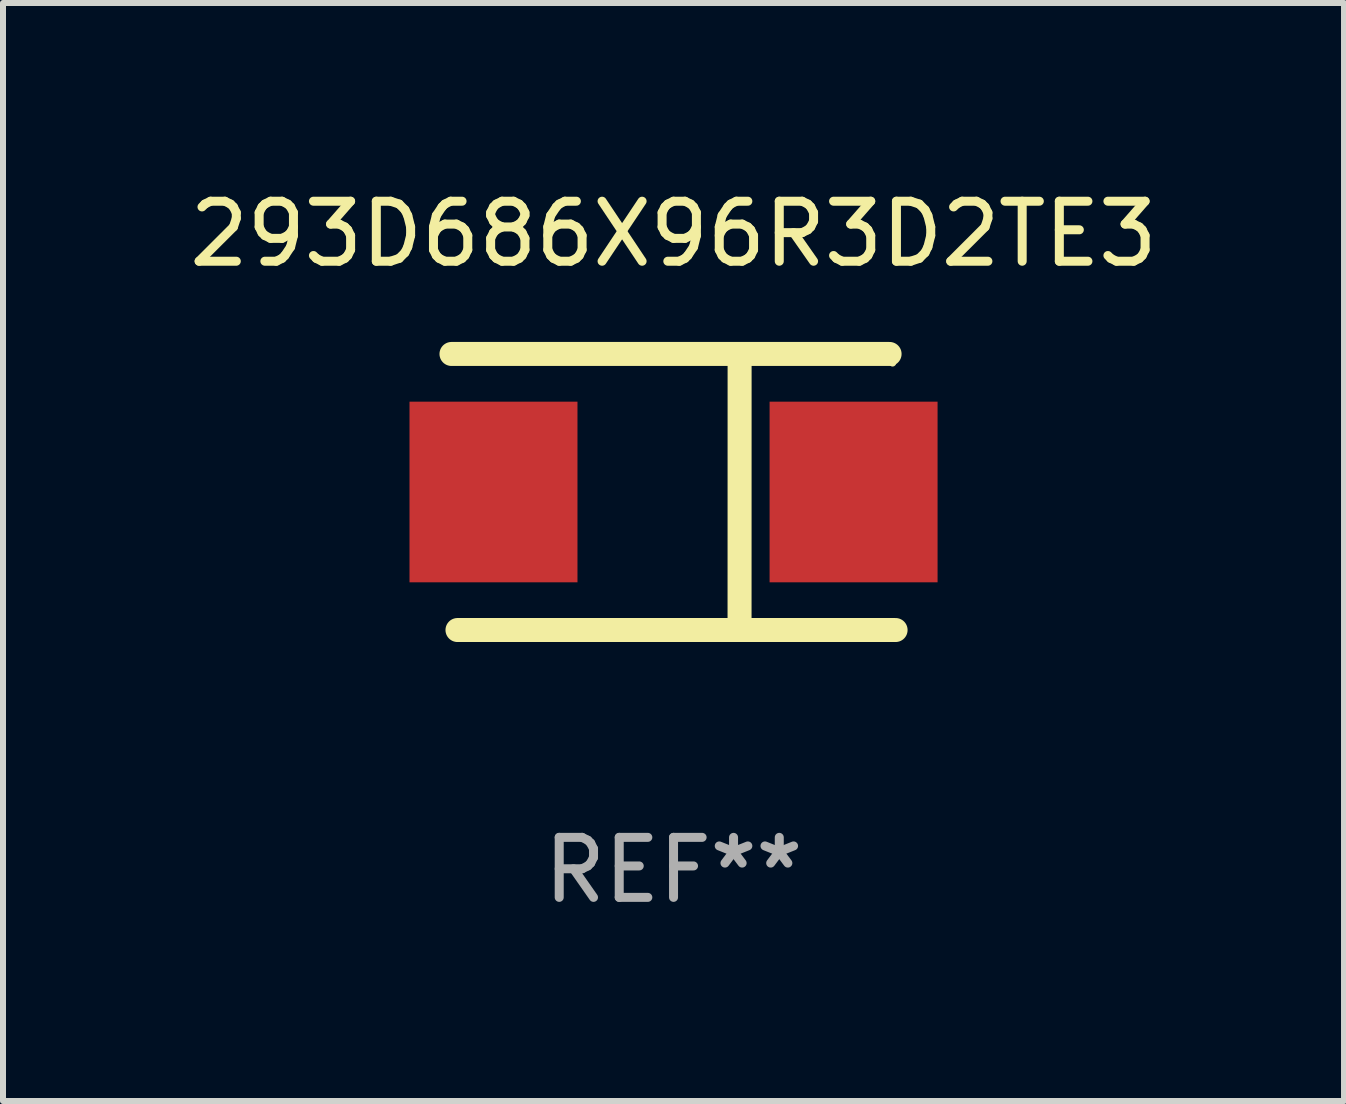
<source format=kicad_pcb>
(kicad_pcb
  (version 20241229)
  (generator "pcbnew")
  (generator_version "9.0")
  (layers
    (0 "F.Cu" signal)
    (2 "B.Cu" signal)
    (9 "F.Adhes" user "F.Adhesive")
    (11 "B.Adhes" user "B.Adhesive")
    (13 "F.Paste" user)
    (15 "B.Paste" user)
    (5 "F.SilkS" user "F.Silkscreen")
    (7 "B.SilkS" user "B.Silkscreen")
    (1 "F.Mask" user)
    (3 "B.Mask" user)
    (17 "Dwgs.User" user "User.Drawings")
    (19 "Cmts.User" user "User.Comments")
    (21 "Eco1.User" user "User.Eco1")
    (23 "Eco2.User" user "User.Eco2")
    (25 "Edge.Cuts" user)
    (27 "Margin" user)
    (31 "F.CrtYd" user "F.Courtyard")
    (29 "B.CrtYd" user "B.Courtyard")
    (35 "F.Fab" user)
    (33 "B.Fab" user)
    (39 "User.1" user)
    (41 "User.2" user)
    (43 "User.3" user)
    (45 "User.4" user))
  (footprint "293D686X96R3D2TE3"
    (layer "F.Cu")
    (at 8.173 5.148)
    (property "Reference" "293D686X96R3D2TE3" (at 0 -4.3 0) (layer "F.SilkS") (effects (font (size 1 1) (thickness 0.15))))
    (attr through_hole)
    (fp_line (start -3.7 -2.3) (end 3.6 -2.3) (stroke (width 0.4) (type solid)) (layer "F.SilkS"))
    (fp_line (start 1.1 2.3) (end 1.101 -2.3) (stroke (width 0.4) (type solid)) (layer "F.SilkS"))
    (fp_line (start 3.7 2.3) (end -3.6 2.3) (stroke (width 0.4) (type solid)) (layer "F.SilkS"))
    (fp_circle (center 3.65 -2.15) (end 3.68 -2.15) (stroke (width 0.06) (type solid)) (fill no) (layer "F.SilkS"))
    (fp_text user "REF**" (at 0 6.3 0) (layer "F.Fab") (effects (font (size 1 1) (thickness 0.15))))
    (pad "1" smd rect (at 3 0 180) (size 2.799 3.01) (layers "F.Cu" "F.Mask" "F.Paste"))
    (pad "2" smd rect (at -3 0 180) (size 2.799 3.01) (layers "F.Cu" "F.Mask" "F.Paste")))
  (gr_rect
    (start -3 -3)
    (end 19.345 15.296)
    (stroke (width 0.1) (type default))
    (fill no)
    (layer "Edge.Cuts")))
</source>
